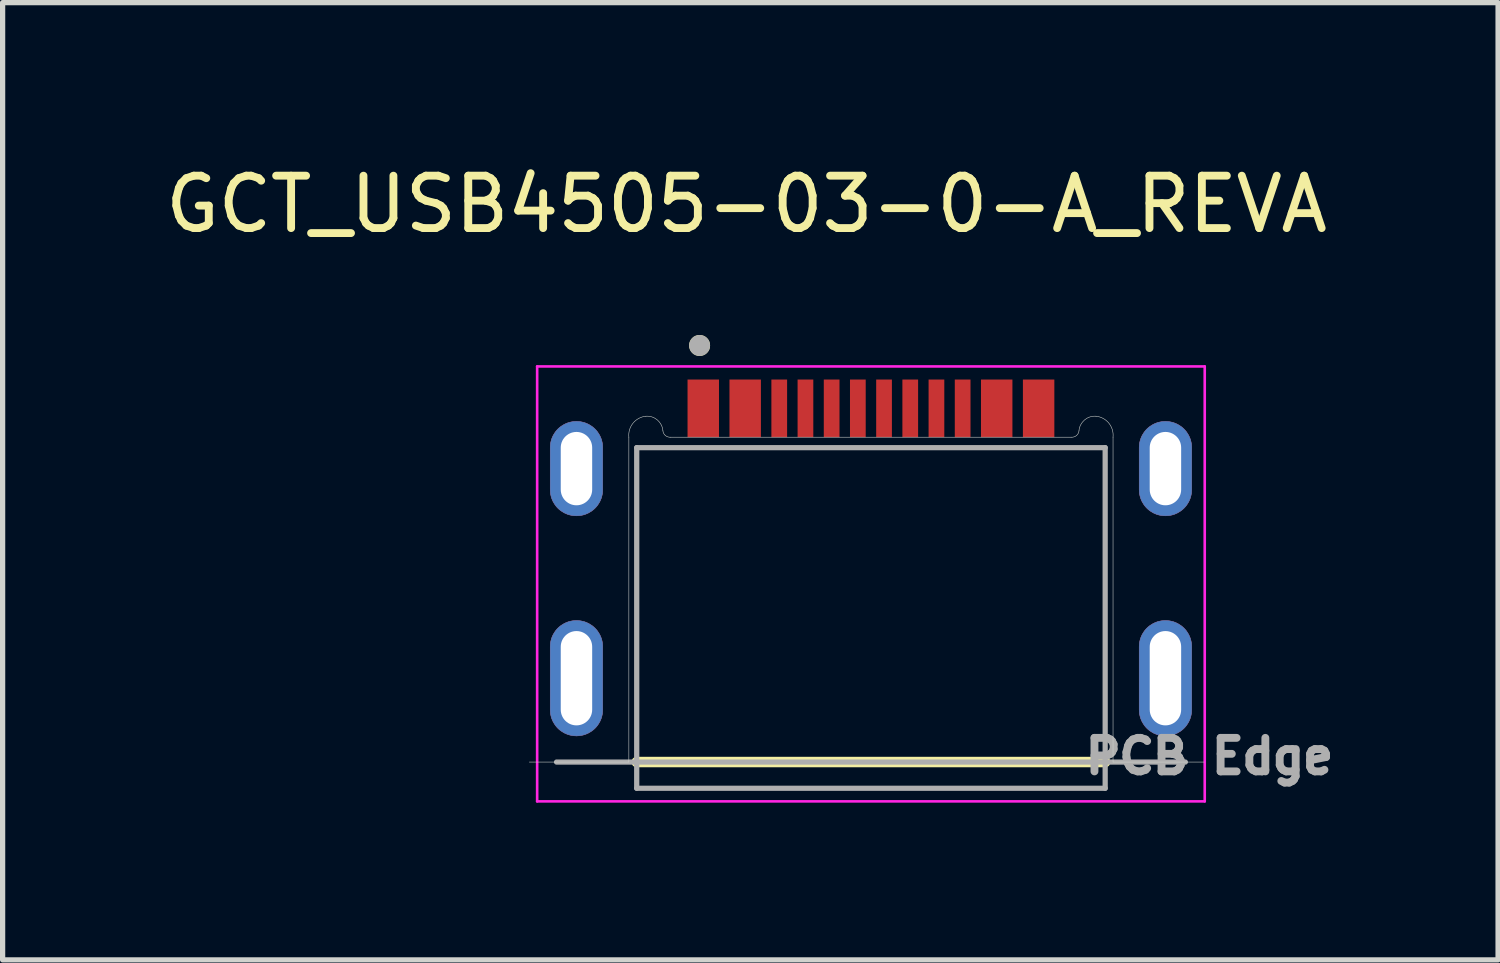
<source format=kicad_pcb>
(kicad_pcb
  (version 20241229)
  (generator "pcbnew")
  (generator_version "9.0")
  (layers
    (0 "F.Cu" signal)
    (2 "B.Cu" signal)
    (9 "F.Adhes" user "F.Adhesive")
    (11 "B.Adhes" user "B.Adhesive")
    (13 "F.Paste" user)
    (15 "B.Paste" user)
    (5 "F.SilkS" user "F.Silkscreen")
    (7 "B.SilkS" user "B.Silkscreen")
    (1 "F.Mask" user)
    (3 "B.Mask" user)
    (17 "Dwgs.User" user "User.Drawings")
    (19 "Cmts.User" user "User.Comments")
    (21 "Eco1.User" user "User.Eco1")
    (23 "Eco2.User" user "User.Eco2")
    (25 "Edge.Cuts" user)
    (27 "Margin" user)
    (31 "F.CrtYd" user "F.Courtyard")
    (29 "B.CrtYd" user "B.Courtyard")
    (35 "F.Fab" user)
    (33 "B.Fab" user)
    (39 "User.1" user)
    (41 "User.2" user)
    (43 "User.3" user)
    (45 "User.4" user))
  (footprint "GCT_USB4505-03-0-A_REVA"
    (layer "F.Cu")
    (at 13.571 9.893)
    (property "Reference" "GCT_USB4505-03-0-A_REVA" (at -2.375 -9.045 0) (layer "F.SilkS") (effects (font (size 1 1) (thickness 0.15))))
    (attr smd)
    (fp_poly (pts (xy -5.62 -3.1) (xy -5.646 -3.101) (xy -5.672 -3.103) (xy -5.698 -3.106) (xy -5.724 -3.111) (xy -5.749 -3.117) (xy -5.775 -3.124) (xy -5.799 -3.133) (xy -5.823 -3.143) (xy -5.847 -3.154) (xy -5.87 -3.167) (xy -5.892 -3.181) (xy -5.914 -3.195) (xy -5.935 -3.211) (xy -5.955 -3.228) (xy -5.974 -3.246) (xy -5.992 -3.265) (xy -6.009 -3.285) (xy -6.025 -3.306) (xy -6.039 -3.328) (xy -6.053 -3.35) (xy -6.066 -3.373) (xy -6.077 -3.397) (xy -6.087 -3.421) (xy -6.096 -3.445) (xy -6.103 -3.471) (xy -6.109 -3.496) (xy -6.114 -3.522) (xy -6.117 -3.548) (xy -6.119 -3.574) (xy -6.12 -3.6) (xy -6.12 -4.4) (xy -6.119 -4.426) (xy -6.117 -4.452) (xy -6.114 -4.478) (xy -6.109 -4.504) (xy -6.103 -4.529) (xy -6.096 -4.555) (xy -6.087 -4.579) (xy -6.077 -4.603) (xy -6.066 -4.627) (xy -6.053 -4.65) (xy -6.039 -4.672) (xy -6.025 -4.694) (xy -6.009 -4.715) (xy -5.992 -4.735) (xy -5.974 -4.754) (xy -5.955 -4.772) (xy -5.935 -4.789) (xy -5.914 -4.805) (xy -5.892 -4.819) (xy -5.87 -4.833) (xy -5.847 -4.846) (xy -5.823 -4.857) (xy -5.799 -4.867) (xy -5.775 -4.876) (xy -5.749 -4.883) (xy -5.724 -4.889) (xy -5.698 -4.894) (xy -5.672 -4.897) (xy -5.646 -4.899) (xy -5.62 -4.9) (xy -5.594 -4.899) (xy -5.568 -4.897) (xy -5.542 -4.894) (xy -5.516 -4.889) (xy -5.491 -4.883) (xy -5.465 -4.876) (xy -5.441 -4.867) (xy -5.417 -4.857) (xy -5.393 -4.846) (xy -5.37 -4.833) (xy -5.348 -4.819) (xy -5.326 -4.805) (xy -5.305 -4.789) (xy -5.285 -4.772) (xy -5.266 -4.754) (xy -5.248 -4.735) (xy -5.231 -4.715) (xy -5.215 -4.694) (xy -5.201 -4.672) (xy -5.187 -4.65) (xy -5.174 -4.627) (xy -5.163 -4.603) (xy -5.153 -4.579) (xy -5.144 -4.555) (xy -5.137 -4.529) (xy -5.131 -4.504) (xy -5.126 -4.478) (xy -5.123 -4.452) (xy -5.121 -4.426) (xy -5.12 -4.4) (xy -5.12 -3.6) (xy -5.121 -3.574) (xy -5.123 -3.548) (xy -5.126 -3.522) (xy -5.131 -3.496) (xy -5.137 -3.471) (xy -5.144 -3.445) (xy -5.153 -3.421) (xy -5.163 -3.397) (xy -5.174 -3.373) (xy -5.187 -3.35) (xy -5.201 -3.328) (xy -5.215 -3.306) (xy -5.231 -3.285) (xy -5.248 -3.265) (xy -5.266 -3.246) (xy -5.285 -3.228) (xy -5.305 -3.211) (xy -5.326 -3.195) (xy -5.348 -3.181) (xy -5.37 -3.167) (xy -5.393 -3.154) (xy -5.417 -3.143) (xy -5.441 -3.133) (xy -5.465 -3.124) (xy -5.491 -3.117) (xy -5.516 -3.111) (xy -5.542 -3.106) (xy -5.568 -3.103) (xy -5.594 -3.101) (xy -5.62 -3.1)) (stroke (width 0.01) (type solid)) (fill yes) (layer "F.Cu"))
    (fp_poly (pts (xy -5.62 1.1) (xy -5.646 1.099) (xy -5.672 1.097) (xy -5.698 1.094) (xy -5.724 1.089) (xy -5.749 1.083) (xy -5.775 1.076) (xy -5.799 1.067) (xy -5.823 1.057) (xy -5.847 1.046) (xy -5.87 1.033) (xy -5.892 1.019) (xy -5.914 1.005) (xy -5.935 0.989) (xy -5.955 0.972) (xy -5.974 0.954) (xy -5.992 0.935) (xy -6.009 0.915) (xy -6.025 0.894) (xy -6.039 0.872) (xy -6.053 0.85) (xy -6.066 0.827) (xy -6.077 0.803) (xy -6.087 0.779) (xy -6.096 0.755) (xy -6.103 0.729) (xy -6.109 0.704) (xy -6.114 0.678) (xy -6.117 0.652) (xy -6.119 0.626) (xy -6.12 0.6) (xy -6.12 -0.6) (xy -6.119 -0.626) (xy -6.117 -0.652) (xy -6.114 -0.678) (xy -6.109 -0.704) (xy -6.103 -0.729) (xy -6.096 -0.755) (xy -6.087 -0.779) (xy -6.077 -0.803) (xy -6.066 -0.827) (xy -6.053 -0.85) (xy -6.039 -0.872) (xy -6.025 -0.894) (xy -6.009 -0.915) (xy -5.992 -0.935) (xy -5.974 -0.954) (xy -5.955 -0.972) (xy -5.935 -0.989) (xy -5.914 -1.005) (xy -5.892 -1.019) (xy -5.87 -1.033) (xy -5.847 -1.046) (xy -5.823 -1.057) (xy -5.799 -1.067) (xy -5.775 -1.076) (xy -5.749 -1.083) (xy -5.724 -1.089) (xy -5.698 -1.094) (xy -5.672 -1.097) (xy -5.646 -1.099) (xy -5.62 -1.1) (xy -5.594 -1.099) (xy -5.568 -1.097) (xy -5.542 -1.094) (xy -5.516 -1.089) (xy -5.491 -1.083) (xy -5.465 -1.076) (xy -5.441 -1.067) (xy -5.417 -1.057) (xy -5.393 -1.046) (xy -5.37 -1.033) (xy -5.348 -1.019) (xy -5.326 -1.005) (xy -5.305 -0.989) (xy -5.285 -0.972) (xy -5.266 -0.954) (xy -5.248 -0.935) (xy -5.231 -0.915) (xy -5.215 -0.894) (xy -5.201 -0.872) (xy -5.187 -0.85) (xy -5.174 -0.827) (xy -5.163 -0.803) (xy -5.153 -0.779) (xy -5.144 -0.755) (xy -5.137 -0.729) (xy -5.131 -0.704) (xy -5.126 -0.678) (xy -5.123 -0.652) (xy -5.121 -0.626) (xy -5.12 -0.6) (xy -5.12 0.6) (xy -5.121 0.626) (xy -5.123 0.652) (xy -5.126 0.678) (xy -5.131 0.704) (xy -5.137 0.729) (xy -5.144 0.755) (xy -5.153 0.779) (xy -5.163 0.803) (xy -5.174 0.827) (xy -5.187 0.85) (xy -5.201 0.872) (xy -5.215 0.894) (xy -5.231 0.915) (xy -5.248 0.935) (xy -5.266 0.954) (xy -5.285 0.972) (xy -5.305 0.989) (xy -5.326 1.005) (xy -5.348 1.019) (xy -5.37 1.033) (xy -5.393 1.046) (xy -5.417 1.057) (xy -5.441 1.067) (xy -5.465 1.076) (xy -5.491 1.083) (xy -5.516 1.089) (xy -5.542 1.094) (xy -5.568 1.097) (xy -5.594 1.099) (xy -5.62 1.1)) (stroke (width 0.01) (type solid)) (fill yes) (layer "F.Cu"))
    (fp_poly (pts (xy 5.62 -3.1) (xy 5.594 -3.101) (xy 5.568 -3.103) (xy 5.542 -3.106) (xy 5.516 -3.111) (xy 5.491 -3.117) (xy 5.465 -3.124) (xy 5.441 -3.133) (xy 5.417 -3.143) (xy 5.393 -3.154) (xy 5.37 -3.167) (xy 5.348 -3.181) (xy 5.326 -3.195) (xy 5.305 -3.211) (xy 5.285 -3.228) (xy 5.266 -3.246) (xy 5.248 -3.265) (xy 5.231 -3.285) (xy 5.215 -3.306) (xy 5.201 -3.328) (xy 5.187 -3.35) (xy 5.174 -3.373) (xy 5.163 -3.397) (xy 5.153 -3.421) (xy 5.144 -3.445) (xy 5.137 -3.471) (xy 5.131 -3.496) (xy 5.126 -3.522) (xy 5.123 -3.548) (xy 5.121 -3.574) (xy 5.12 -3.6) (xy 5.12 -4.4) (xy 5.121 -4.426) (xy 5.123 -4.452) (xy 5.126 -4.478) (xy 5.131 -4.504) (xy 5.137 -4.529) (xy 5.144 -4.555) (xy 5.153 -4.579) (xy 5.163 -4.603) (xy 5.174 -4.627) (xy 5.187 -4.65) (xy 5.201 -4.672) (xy 5.215 -4.694) (xy 5.231 -4.715) (xy 5.248 -4.735) (xy 5.266 -4.754) (xy 5.285 -4.772) (xy 5.305 -4.789) (xy 5.326 -4.805) (xy 5.348 -4.819) (xy 5.37 -4.833) (xy 5.393 -4.846) (xy 5.417 -4.857) (xy 5.441 -4.867) (xy 5.465 -4.876) (xy 5.491 -4.883) (xy 5.516 -4.889) (xy 5.542 -4.894) (xy 5.568 -4.897) (xy 5.594 -4.899) (xy 5.62 -4.9) (xy 5.646 -4.899) (xy 5.672 -4.897) (xy 5.698 -4.894) (xy 5.724 -4.889) (xy 5.749 -4.883) (xy 5.775 -4.876) (xy 5.799 -4.867) (xy 5.823 -4.857) (xy 5.847 -4.846) (xy 5.87 -4.833) (xy 5.892 -4.819) (xy 5.914 -4.805) (xy 5.935 -4.789) (xy 5.955 -4.772) (xy 5.974 -4.754) (xy 5.992 -4.735) (xy 6.009 -4.715) (xy 6.025 -4.694) (xy 6.039 -4.672) (xy 6.053 -4.65) (xy 6.066 -4.627) (xy 6.077 -4.603) (xy 6.087 -4.579) (xy 6.096 -4.555) (xy 6.103 -4.529) (xy 6.109 -4.504) (xy 6.114 -4.478) (xy 6.117 -4.452) (xy 6.119 -4.426) (xy 6.12 -4.4) (xy 6.12 -3.6) (xy 6.119 -3.574) (xy 6.117 -3.548) (xy 6.114 -3.522) (xy 6.109 -3.496) (xy 6.103 -3.471) (xy 6.096 -3.445) (xy 6.087 -3.421) (xy 6.077 -3.397) (xy 6.066 -3.373) (xy 6.053 -3.35) (xy 6.039 -3.328) (xy 6.025 -3.306) (xy 6.009 -3.285) (xy 5.992 -3.265) (xy 5.974 -3.246) (xy 5.955 -3.228) (xy 5.935 -3.211) (xy 5.914 -3.195) (xy 5.892 -3.181) (xy 5.87 -3.167) (xy 5.847 -3.154) (xy 5.823 -3.143) (xy 5.799 -3.133) (xy 5.775 -3.124) (xy 5.749 -3.117) (xy 5.724 -3.111) (xy 5.698 -3.106) (xy 5.672 -3.103) (xy 5.646 -3.101) (xy 5.62 -3.1)) (stroke (width 0.01) (type solid)) (fill yes) (layer "F.Cu"))
    (fp_poly (pts (xy 5.62 1.1) (xy 5.594 1.099) (xy 5.568 1.097) (xy 5.542 1.094) (xy 5.516 1.089) (xy 5.491 1.083) (xy 5.465 1.076) (xy 5.441 1.067) (xy 5.417 1.057) (xy 5.393 1.046) (xy 5.37 1.033) (xy 5.348 1.019) (xy 5.326 1.005) (xy 5.305 0.989) (xy 5.285 0.972) (xy 5.266 0.954) (xy 5.248 0.935) (xy 5.231 0.915) (xy 5.215 0.894) (xy 5.201 0.872) (xy 5.187 0.85) (xy 5.174 0.827) (xy 5.163 0.803) (xy 5.153 0.779) (xy 5.144 0.755) (xy 5.137 0.729) (xy 5.131 0.704) (xy 5.126 0.678) (xy 5.123 0.652) (xy 5.121 0.626) (xy 5.12 0.6) (xy 5.12 -0.6) (xy 5.121 -0.626) (xy 5.123 -0.652) (xy 5.126 -0.678) (xy 5.131 -0.704) (xy 5.137 -0.729) (xy 5.144 -0.755) (xy 5.153 -0.779) (xy 5.163 -0.803) (xy 5.174 -0.827) (xy 5.187 -0.85) (xy 5.201 -0.872) (xy 5.215 -0.894) (xy 5.231 -0.915) (xy 5.248 -0.935) (xy 5.266 -0.954) (xy 5.285 -0.972) (xy 5.305 -0.989) (xy 5.326 -1.005) (xy 5.348 -1.019) (xy 5.37 -1.033) (xy 5.393 -1.046) (xy 5.417 -1.057) (xy 5.441 -1.067) (xy 5.465 -1.076) (xy 5.491 -1.083) (xy 5.516 -1.089) (xy 5.542 -1.094) (xy 5.568 -1.097) (xy 5.594 -1.099) (xy 5.62 -1.1) (xy 5.646 -1.099) (xy 5.672 -1.097) (xy 5.698 -1.094) (xy 5.724 -1.089) (xy 5.749 -1.083) (xy 5.775 -1.076) (xy 5.799 -1.067) (xy 5.823 -1.057) (xy 5.847 -1.046) (xy 5.87 -1.033) (xy 5.892 -1.019) (xy 5.914 -1.005) (xy 5.935 -0.989) (xy 5.955 -0.972) (xy 5.974 -0.954) (xy 5.992 -0.935) (xy 6.009 -0.915) (xy 6.025 -0.894) (xy 6.039 -0.872) (xy 6.053 -0.85) (xy 6.066 -0.827) (xy 6.077 -0.803) (xy 6.087 -0.779) (xy 6.096 -0.755) (xy 6.103 -0.729) (xy 6.109 -0.704) (xy 6.114 -0.678) (xy 6.117 -0.652) (xy 6.119 -0.626) (xy 6.12 -0.6) (xy 6.12 0.6) (xy 6.119 0.626) (xy 6.117 0.652) (xy 6.114 0.678) (xy 6.109 0.704) (xy 6.103 0.729) (xy 6.096 0.755) (xy 6.087 0.779) (xy 6.077 0.803) (xy 6.066 0.827) (xy 6.053 0.85) (xy 6.039 0.872) (xy 6.025 0.894) (xy 6.009 0.915) (xy 5.992 0.935) (xy 5.974 0.954) (xy 5.955 0.972) (xy 5.935 0.989) (xy 5.914 1.005) (xy 5.892 1.019) (xy 5.87 1.033) (xy 5.847 1.046) (xy 5.823 1.057) (xy 5.799 1.067) (xy 5.775 1.076) (xy 5.749 1.083) (xy 5.724 1.089) (xy 5.698 1.094) (xy 5.672 1.097) (xy 5.646 1.099) (xy 5.62 1.1)) (stroke (width 0.01) (type solid)) (fill yes) (layer "F.Cu"))
    (fp_poly (pts (xy -6.22 -3.6) (xy -6.22 -4.4) (xy -6.219 -4.431) (xy -6.217 -4.463) (xy -6.213 -4.494) (xy -6.207 -4.525) (xy -6.2 -4.555) (xy -6.191 -4.585) (xy -6.18 -4.615) (xy -6.168 -4.644) (xy -6.155 -4.672) (xy -6.14 -4.7) (xy -6.123 -4.727) (xy -6.105 -4.753) (xy -6.086 -4.778) (xy -6.066 -4.801) (xy -6.044 -4.824) (xy -6.021 -4.846) (xy -5.998 -4.866) (xy -5.973 -4.885) (xy -5.947 -4.903) (xy -5.92 -4.92) (xy -5.892 -4.935) (xy -5.864 -4.948) (xy -5.835 -4.96) (xy -5.805 -4.971) (xy -5.775 -4.98) (xy -5.745 -4.987) (xy -5.714 -4.993) (xy -5.683 -4.997) (xy -5.651 -4.999) (xy -5.62 -5) (xy -5.589 -4.999) (xy -5.557 -4.997) (xy -5.526 -4.993) (xy -5.495 -4.987) (xy -5.465 -4.98) (xy -5.435 -4.971) (xy -5.405 -4.96) (xy -5.376 -4.948) (xy -5.348 -4.935) (xy -5.32 -4.92) (xy -5.293 -4.903) (xy -5.267 -4.885) (xy -5.242 -4.866) (xy -5.219 -4.846) (xy -5.196 -4.824) (xy -5.174 -4.801) (xy -5.154 -4.778) (xy -5.135 -4.753) (xy -5.117 -4.727) (xy -5.1 -4.7) (xy -5.085 -4.672) (xy -5.072 -4.644) (xy -5.06 -4.615) (xy -5.049 -4.585) (xy -5.04 -4.555) (xy -5.033 -4.525) (xy -5.027 -4.494) (xy -5.023 -4.463) (xy -5.021 -4.431) (xy -5.02 -4.4) (xy -5.02 -3.6) (xy -5.021 -3.569) (xy -5.023 -3.537) (xy -5.027 -3.506) (xy -5.033 -3.475) (xy -5.04 -3.445) (xy -5.049 -3.415) (xy -5.06 -3.385) (xy -5.072 -3.356) (xy -5.085 -3.328) (xy -5.1 -3.3) (xy -5.117 -3.273) (xy -5.135 -3.247) (xy -5.154 -3.222) (xy -5.174 -3.199) (xy -5.196 -3.176) (xy -5.219 -3.154) (xy -5.242 -3.134) (xy -5.267 -3.115) (xy -5.293 -3.097) (xy -5.32 -3.08) (xy -5.348 -3.065) (xy -5.376 -3.052) (xy -5.405 -3.04) (xy -5.435 -3.029) (xy -5.465 -3.02) (xy -5.495 -3.013) (xy -5.526 -3.007) (xy -5.557 -3.003) (xy -5.589 -3.001) (xy -5.62 -3) (xy -5.651 -3.001) (xy -5.683 -3.003) (xy -5.714 -3.007) (xy -5.745 -3.013) (xy -5.775 -3.02) (xy -5.805 -3.029) (xy -5.835 -3.04) (xy -5.864 -3.052) (xy -5.892 -3.065) (xy -5.92 -3.08) (xy -5.947 -3.097) (xy -5.973 -3.115) (xy -5.998 -3.134) (xy -6.021 -3.154) (xy -6.044 -3.176) (xy -6.066 -3.199) (xy -6.086 -3.222) (xy -6.105 -3.247) (xy -6.123 -3.273) (xy -6.14 -3.3) (xy -6.155 -3.328) (xy -6.168 -3.356) (xy -6.18 -3.385) (xy -6.191 -3.415) (xy -6.2 -3.445) (xy -6.207 -3.475) (xy -6.213 -3.506) (xy -6.217 -3.537) (xy -6.219 -3.569) (xy -6.22 -3.6)) (stroke (width 0.01) (type solid)) (fill yes) (layer "F.Mask"))
    (fp_poly (pts (xy -6.22 0.6) (xy -6.22 -0.6) (xy -6.219 -0.631) (xy -6.217 -0.663) (xy -6.213 -0.694) (xy -6.207 -0.725) (xy -6.2 -0.755) (xy -6.191 -0.785) (xy -6.18 -0.815) (xy -6.168 -0.844) (xy -6.155 -0.872) (xy -6.14 -0.9) (xy -6.123 -0.927) (xy -6.105 -0.953) (xy -6.086 -0.978) (xy -6.066 -1.001) (xy -6.044 -1.024) (xy -6.021 -1.046) (xy -5.998 -1.066) (xy -5.973 -1.085) (xy -5.947 -1.103) (xy -5.92 -1.12) (xy -5.892 -1.135) (xy -5.864 -1.148) (xy -5.835 -1.16) (xy -5.805 -1.171) (xy -5.775 -1.18) (xy -5.745 -1.187) (xy -5.714 -1.193) (xy -5.683 -1.197) (xy -5.651 -1.199) (xy -5.62 -1.2) (xy -5.589 -1.199) (xy -5.557 -1.197) (xy -5.526 -1.193) (xy -5.495 -1.187) (xy -5.465 -1.18) (xy -5.435 -1.171) (xy -5.405 -1.16) (xy -5.376 -1.148) (xy -5.348 -1.135) (xy -5.32 -1.12) (xy -5.293 -1.103) (xy -5.267 -1.085) (xy -5.242 -1.066) (xy -5.219 -1.046) (xy -5.196 -1.024) (xy -5.174 -1.001) (xy -5.154 -0.978) (xy -5.135 -0.953) (xy -5.117 -0.927) (xy -5.1 -0.9) (xy -5.085 -0.872) (xy -5.072 -0.844) (xy -5.06 -0.815) (xy -5.049 -0.785) (xy -5.04 -0.755) (xy -5.033 -0.725) (xy -5.027 -0.694) (xy -5.023 -0.663) (xy -5.021 -0.631) (xy -5.02 -0.6) (xy -5.02 0.6) (xy -5.021 0.631) (xy -5.023 0.663) (xy -5.027 0.694) (xy -5.033 0.725) (xy -5.04 0.755) (xy -5.049 0.785) (xy -5.06 0.815) (xy -5.072 0.844) (xy -5.085 0.872) (xy -5.1 0.9) (xy -5.117 0.927) (xy -5.135 0.953) (xy -5.154 0.978) (xy -5.174 1.001) (xy -5.196 1.024) (xy -5.219 1.046) (xy -5.242 1.066) (xy -5.267 1.085) (xy -5.293 1.103) (xy -5.32 1.12) (xy -5.348 1.135) (xy -5.376 1.148) (xy -5.405 1.16) (xy -5.435 1.171) (xy -5.465 1.18) (xy -5.495 1.187) (xy -5.526 1.193) (xy -5.557 1.197) (xy -5.589 1.199) (xy -5.62 1.2) (xy -5.651 1.199) (xy -5.683 1.197) (xy -5.714 1.193) (xy -5.745 1.187) (xy -5.775 1.18) (xy -5.805 1.171) (xy -5.835 1.16) (xy -5.864 1.148) (xy -5.892 1.135) (xy -5.92 1.12) (xy -5.947 1.103) (xy -5.973 1.085) (xy -5.998 1.066) (xy -6.021 1.046) (xy -6.044 1.024) (xy -6.066 1.001) (xy -6.086 0.978) (xy -6.105 0.953) (xy -6.123 0.927) (xy -6.14 0.9) (xy -6.155 0.872) (xy -6.168 0.844) (xy -6.18 0.815) (xy -6.191 0.785) (xy -6.2 0.755) (xy -6.207 0.725) (xy -6.213 0.694) (xy -6.217 0.663) (xy -6.219 0.631) (xy -6.22 0.6)) (stroke (width 0.01) (type solid)) (fill yes) (layer "F.Mask"))
    (fp_poly (pts (xy 5.02 -3.6) (xy 5.02 -4.4) (xy 5.021 -4.431) (xy 5.023 -4.463) (xy 5.027 -4.494) (xy 5.033 -4.525) (xy 5.04 -4.555) (xy 5.049 -4.585) (xy 5.06 -4.615) (xy 5.072 -4.644) (xy 5.085 -4.672) (xy 5.1 -4.7) (xy 5.117 -4.727) (xy 5.135 -4.753) (xy 5.154 -4.778) (xy 5.174 -4.801) (xy 5.196 -4.824) (xy 5.219 -4.846) (xy 5.242 -4.866) (xy 5.267 -4.885) (xy 5.293 -4.903) (xy 5.32 -4.92) (xy 5.348 -4.935) (xy 5.376 -4.948) (xy 5.405 -4.96) (xy 5.435 -4.971) (xy 5.465 -4.98) (xy 5.495 -4.987) (xy 5.526 -4.993) (xy 5.557 -4.997) (xy 5.589 -4.999) (xy 5.62 -5) (xy 5.651 -4.999) (xy 5.683 -4.997) (xy 5.714 -4.993) (xy 5.745 -4.987) (xy 5.775 -4.98) (xy 5.805 -4.971) (xy 5.835 -4.96) (xy 5.864 -4.948) (xy 5.892 -4.935) (xy 5.92 -4.92) (xy 5.947 -4.903) (xy 5.973 -4.885) (xy 5.998 -4.866) (xy 6.021 -4.846) (xy 6.044 -4.824) (xy 6.066 -4.801) (xy 6.086 -4.778) (xy 6.105 -4.753) (xy 6.123 -4.727) (xy 6.14 -4.7) (xy 6.155 -4.672) (xy 6.168 -4.644) (xy 6.18 -4.615) (xy 6.191 -4.585) (xy 6.2 -4.555) (xy 6.207 -4.525) (xy 6.213 -4.494) (xy 6.217 -4.463) (xy 6.219 -4.431) (xy 6.22 -4.4) (xy 6.22 -3.6) (xy 6.219 -3.569) (xy 6.217 -3.537) (xy 6.213 -3.506) (xy 6.207 -3.475) (xy 6.2 -3.445) (xy 6.191 -3.415) (xy 6.18 -3.385) (xy 6.168 -3.356) (xy 6.155 -3.328) (xy 6.14 -3.3) (xy 6.123 -3.273) (xy 6.105 -3.247) (xy 6.086 -3.222) (xy 6.066 -3.199) (xy 6.044 -3.176) (xy 6.021 -3.154) (xy 5.998 -3.134) (xy 5.973 -3.115) (xy 5.947 -3.097) (xy 5.92 -3.08) (xy 5.892 -3.065) (xy 5.864 -3.052) (xy 5.835 -3.04) (xy 5.805 -3.029) (xy 5.775 -3.02) (xy 5.745 -3.013) (xy 5.714 -3.007) (xy 5.683 -3.003) (xy 5.651 -3.001) (xy 5.62 -3) (xy 5.589 -3.001) (xy 5.557 -3.003) (xy 5.526 -3.007) (xy 5.495 -3.013) (xy 5.465 -3.02) (xy 5.435 -3.029) (xy 5.405 -3.04) (xy 5.376 -3.052) (xy 5.348 -3.065) (xy 5.32 -3.08) (xy 5.293 -3.097) (xy 5.267 -3.115) (xy 5.242 -3.134) (xy 5.219 -3.154) (xy 5.196 -3.176) (xy 5.174 -3.199) (xy 5.154 -3.222) (xy 5.135 -3.247) (xy 5.117 -3.273) (xy 5.1 -3.3) (xy 5.085 -3.328) (xy 5.072 -3.356) (xy 5.06 -3.385) (xy 5.049 -3.415) (xy 5.04 -3.445) (xy 5.033 -3.475) (xy 5.027 -3.506) (xy 5.023 -3.537) (xy 5.021 -3.569) (xy 5.02 -3.6)) (stroke (width 0.01) (type solid)) (fill yes) (layer "F.Mask"))
    (fp_poly (pts (xy 5.02 0) (xy 5.02 -0.6) (xy 5.021 -0.631) (xy 5.023 -0.663) (xy 5.027 -0.694) (xy 5.033 -0.725) (xy 5.04 -0.755) (xy 5.049 -0.785) (xy 5.06 -0.815) (xy 5.072 -0.844) (xy 5.085 -0.872) (xy 5.1 -0.9) (xy 5.117 -0.927) (xy 5.135 -0.953) (xy 5.154 -0.978) (xy 5.174 -1.001) (xy 5.196 -1.024) (xy 5.219 -1.046) (xy 5.242 -1.066) (xy 5.267 -1.085) (xy 5.293 -1.103) (xy 5.32 -1.12) (xy 5.348 -1.135) (xy 5.376 -1.148) (xy 5.405 -1.16) (xy 5.435 -1.171) (xy 5.465 -1.18) (xy 5.495 -1.187) (xy 5.526 -1.193) (xy 5.557 -1.197) (xy 5.589 -1.199) (xy 5.62 -1.2) (xy 5.651 -1.199) (xy 5.683 -1.197) (xy 5.714 -1.193) (xy 5.745 -1.187) (xy 5.775 -1.18) (xy 5.805 -1.171) (xy 5.835 -1.16) (xy 5.864 -1.148) (xy 5.892 -1.135) (xy 5.92 -1.12) (xy 5.947 -1.103) (xy 5.973 -1.085) (xy 5.998 -1.066) (xy 6.021 -1.046) (xy 6.044 -1.024) (xy 6.066 -1.001) (xy 6.086 -0.978) (xy 6.105 -0.953) (xy 6.123 -0.927) (xy 6.14 -0.9) (xy 6.155 -0.872) (xy 6.168 -0.844) (xy 6.18 -0.815) (xy 6.191 -0.785) (xy 6.2 -0.755) (xy 6.207 -0.725) (xy 6.213 -0.694) (xy 6.217 -0.663) (xy 6.219 -0.631) (xy 6.22 -0.6) (xy 6.22 0) (xy 6.22 0.6) (xy 6.219 0.631) (xy 6.217 0.663) (xy 6.213 0.694) (xy 6.207 0.725) (xy 6.2 0.755) (xy 6.191 0.785) (xy 6.18 0.815) (xy 6.168 0.844) (xy 6.155 0.872) (xy 6.14 0.9) (xy 6.123 0.927) (xy 6.105 0.953) (xy 6.086 0.978) (xy 6.066 1.001) (xy 6.044 1.024) (xy 6.021 1.046) (xy 5.998 1.066) (xy 5.973 1.085) (xy 5.947 1.103) (xy 5.92 1.12) (xy 5.892 1.135) (xy 5.864 1.148) (xy 5.835 1.16) (xy 5.805 1.171) (xy 5.775 1.18) (xy 5.745 1.187) (xy 5.714 1.193) (xy 5.683 1.197) (xy 5.651 1.199) (xy 5.62 1.2) (xy 5.589 1.199) (xy 5.557 1.197) (xy 5.526 1.193) (xy 5.495 1.187) (xy 5.465 1.18) (xy 5.435 1.171) (xy 5.405 1.16) (xy 5.376 1.148) (xy 5.348 1.135) (xy 5.32 1.12) (xy 5.293 1.103) (xy 5.267 1.085) (xy 5.242 1.066) (xy 5.219 1.046) (xy 5.196 1.024) (xy 5.174 1.001) (xy 5.154 0.978) (xy 5.135 0.953) (xy 5.117 0.927) (xy 5.1 0.9) (xy 5.085 0.872) (xy 5.072 0.844) (xy 5.06 0.815) (xy 5.049 0.785) (xy 5.04 0.755) (xy 5.033 0.725) (xy 5.027 0.694) (xy 5.023 0.663) (xy 5.021 0.631) (xy 5.02 0.6) (xy 5.02 0)) (stroke (width 0.01) (type solid)) (fill yes) (layer "F.Mask"))
    (fp_poly (pts (xy -5.62 -3.1) (xy -5.646 -3.101) (xy -5.672 -3.103) (xy -5.698 -3.106) (xy -5.724 -3.111) (xy -5.749 -3.117) (xy -5.775 -3.124) (xy -5.799 -3.133) (xy -5.823 -3.143) (xy -5.847 -3.154) (xy -5.87 -3.167) (xy -5.892 -3.181) (xy -5.914 -3.195) (xy -5.935 -3.211) (xy -5.955 -3.228) (xy -5.974 -3.246) (xy -5.992 -3.265) (xy -6.009 -3.285) (xy -6.025 -3.306) (xy -6.039 -3.328) (xy -6.053 -3.35) (xy -6.066 -3.373) (xy -6.077 -3.397) (xy -6.087 -3.421) (xy -6.096 -3.445) (xy -6.103 -3.471) (xy -6.109 -3.496) (xy -6.114 -3.522) (xy -6.117 -3.548) (xy -6.119 -3.574) (xy -6.12 -3.6) (xy -6.12 -4.4) (xy -6.119 -4.426) (xy -6.117 -4.452) (xy -6.114 -4.478) (xy -6.109 -4.504) (xy -6.103 -4.529) (xy -6.096 -4.555) (xy -6.087 -4.579) (xy -6.077 -4.603) (xy -6.066 -4.627) (xy -6.053 -4.65) (xy -6.039 -4.672) (xy -6.025 -4.694) (xy -6.009 -4.715) (xy -5.992 -4.735) (xy -5.974 -4.754) (xy -5.955 -4.772) (xy -5.935 -4.789) (xy -5.914 -4.805) (xy -5.892 -4.819) (xy -5.87 -4.833) (xy -5.847 -4.846) (xy -5.823 -4.857) (xy -5.799 -4.867) (xy -5.775 -4.876) (xy -5.749 -4.883) (xy -5.724 -4.889) (xy -5.698 -4.894) (xy -5.672 -4.897) (xy -5.646 -4.899) (xy -5.62 -4.9) (xy -5.594 -4.899) (xy -5.568 -4.897) (xy -5.542 -4.894) (xy -5.516 -4.889) (xy -5.491 -4.883) (xy -5.465 -4.876) (xy -5.441 -4.867) (xy -5.417 -4.857) (xy -5.393 -4.846) (xy -5.37 -4.833) (xy -5.348 -4.819) (xy -5.326 -4.805) (xy -5.305 -4.789) (xy -5.285 -4.772) (xy -5.266 -4.754) (xy -5.248 -4.735) (xy -5.231 -4.715) (xy -5.215 -4.694) (xy -5.201 -4.672) (xy -5.187 -4.65) (xy -5.174 -4.627) (xy -5.163 -4.603) (xy -5.153 -4.579) (xy -5.144 -4.555) (xy -5.137 -4.529) (xy -5.131 -4.504) (xy -5.126 -4.478) (xy -5.123 -4.452) (xy -5.121 -4.426) (xy -5.12 -4.4) (xy -5.12 -3.6) (xy -5.121 -3.574) (xy -5.123 -3.548) (xy -5.126 -3.522) (xy -5.131 -3.496) (xy -5.137 -3.471) (xy -5.144 -3.445) (xy -5.153 -3.421) (xy -5.163 -3.397) (xy -5.174 -3.373) (xy -5.187 -3.35) (xy -5.201 -3.328) (xy -5.215 -3.306) (xy -5.231 -3.285) (xy -5.248 -3.265) (xy -5.266 -3.246) (xy -5.285 -3.228) (xy -5.305 -3.211) (xy -5.326 -3.195) (xy -5.348 -3.181) (xy -5.37 -3.167) (xy -5.393 -3.154) (xy -5.417 -3.143) (xy -5.441 -3.133) (xy -5.465 -3.124) (xy -5.491 -3.117) (xy -5.516 -3.111) (xy -5.542 -3.106) (xy -5.568 -3.103) (xy -5.594 -3.101) (xy -5.62 -3.1)) (stroke (width 0.01) (type solid)) (fill yes) (layer "B.Cu"))
    (fp_poly (pts (xy -5.62 1.1) (xy -5.646 1.099) (xy -5.672 1.097) (xy -5.698 1.094) (xy -5.724 1.089) (xy -5.749 1.083) (xy -5.775 1.076) (xy -5.799 1.067) (xy -5.823 1.057) (xy -5.847 1.046) (xy -5.87 1.033) (xy -5.892 1.019) (xy -5.914 1.005) (xy -5.935 0.989) (xy -5.955 0.972) (xy -5.974 0.954) (xy -5.992 0.935) (xy -6.009 0.915) (xy -6.025 0.894) (xy -6.039 0.872) (xy -6.053 0.85) (xy -6.066 0.827) (xy -6.077 0.803) (xy -6.087 0.779) (xy -6.096 0.755) (xy -6.103 0.729) (xy -6.109 0.704) (xy -6.114 0.678) (xy -6.117 0.652) (xy -6.119 0.626) (xy -6.12 0.6) (xy -6.12 -0.6) (xy -6.119 -0.626) (xy -6.117 -0.652) (xy -6.114 -0.678) (xy -6.109 -0.704) (xy -6.103 -0.729) (xy -6.096 -0.755) (xy -6.087 -0.779) (xy -6.077 -0.803) (xy -6.066 -0.827) (xy -6.053 -0.85) (xy -6.039 -0.872) (xy -6.025 -0.894) (xy -6.009 -0.915) (xy -5.992 -0.935) (xy -5.974 -0.954) (xy -5.955 -0.972) (xy -5.935 -0.989) (xy -5.914 -1.005) (xy -5.892 -1.019) (xy -5.87 -1.033) (xy -5.847 -1.046) (xy -5.823 -1.057) (xy -5.799 -1.067) (xy -5.775 -1.076) (xy -5.749 -1.083) (xy -5.724 -1.089) (xy -5.698 -1.094) (xy -5.672 -1.097) (xy -5.646 -1.099) (xy -5.62 -1.1) (xy -5.594 -1.099) (xy -5.568 -1.097) (xy -5.542 -1.094) (xy -5.516 -1.089) (xy -5.491 -1.083) (xy -5.465 -1.076) (xy -5.441 -1.067) (xy -5.417 -1.057) (xy -5.393 -1.046) (xy -5.37 -1.033) (xy -5.348 -1.019) (xy -5.326 -1.005) (xy -5.305 -0.989) (xy -5.285 -0.972) (xy -5.266 -0.954) (xy -5.248 -0.935) (xy -5.231 -0.915) (xy -5.215 -0.894) (xy -5.201 -0.872) (xy -5.187 -0.85) (xy -5.174 -0.827) (xy -5.163 -0.803) (xy -5.153 -0.779) (xy -5.144 -0.755) (xy -5.137 -0.729) (xy -5.131 -0.704) (xy -5.126 -0.678) (xy -5.123 -0.652) (xy -5.121 -0.626) (xy -5.12 -0.6) (xy -5.12 0.6) (xy -5.121 0.626) (xy -5.123 0.652) (xy -5.126 0.678) (xy -5.131 0.704) (xy -5.137 0.729) (xy -5.144 0.755) (xy -5.153 0.779) (xy -5.163 0.803) (xy -5.174 0.827) (xy -5.187 0.85) (xy -5.201 0.872) (xy -5.215 0.894) (xy -5.231 0.915) (xy -5.248 0.935) (xy -5.266 0.954) (xy -5.285 0.972) (xy -5.305 0.989) (xy -5.326 1.005) (xy -5.348 1.019) (xy -5.37 1.033) (xy -5.393 1.046) (xy -5.417 1.057) (xy -5.441 1.067) (xy -5.465 1.076) (xy -5.491 1.083) (xy -5.516 1.089) (xy -5.542 1.094) (xy -5.568 1.097) (xy -5.594 1.099) (xy -5.62 1.1)) (stroke (width 0.01) (type solid)) (fill yes) (layer "B.Cu"))
    (fp_poly (pts (xy 5.62 -3.1) (xy 5.594 -3.101) (xy 5.568 -3.103) (xy 5.542 -3.106) (xy 5.516 -3.111) (xy 5.491 -3.117) (xy 5.465 -3.124) (xy 5.441 -3.133) (xy 5.417 -3.143) (xy 5.393 -3.154) (xy 5.37 -3.167) (xy 5.348 -3.181) (xy 5.326 -3.195) (xy 5.305 -3.211) (xy 5.285 -3.228) (xy 5.266 -3.246) (xy 5.248 -3.265) (xy 5.231 -3.285) (xy 5.215 -3.306) (xy 5.201 -3.328) (xy 5.187 -3.35) (xy 5.174 -3.373) (xy 5.163 -3.397) (xy 5.153 -3.421) (xy 5.144 -3.445) (xy 5.137 -3.471) (xy 5.131 -3.496) (xy 5.126 -3.522) (xy 5.123 -3.548) (xy 5.121 -3.574) (xy 5.12 -3.6) (xy 5.12 -4.4) (xy 5.121 -4.426) (xy 5.123 -4.452) (xy 5.126 -4.478) (xy 5.131 -4.504) (xy 5.137 -4.529) (xy 5.144 -4.555) (xy 5.153 -4.579) (xy 5.163 -4.603) (xy 5.174 -4.627) (xy 5.187 -4.65) (xy 5.201 -4.672) (xy 5.215 -4.694) (xy 5.231 -4.715) (xy 5.248 -4.735) (xy 5.266 -4.754) (xy 5.285 -4.772) (xy 5.305 -4.789) (xy 5.326 -4.805) (xy 5.348 -4.819) (xy 5.37 -4.833) (xy 5.393 -4.846) (xy 5.417 -4.857) (xy 5.441 -4.867) (xy 5.465 -4.876) (xy 5.491 -4.883) (xy 5.516 -4.889) (xy 5.542 -4.894) (xy 5.568 -4.897) (xy 5.594 -4.899) (xy 5.62 -4.9) (xy 5.646 -4.899) (xy 5.672 -4.897) (xy 5.698 -4.894) (xy 5.724 -4.889) (xy 5.749 -4.883) (xy 5.775 -4.876) (xy 5.799 -4.867) (xy 5.823 -4.857) (xy 5.847 -4.846) (xy 5.87 -4.833) (xy 5.892 -4.819) (xy 5.914 -4.805) (xy 5.935 -4.789) (xy 5.955 -4.772) (xy 5.974 -4.754) (xy 5.992 -4.735) (xy 6.009 -4.715) (xy 6.025 -4.694) (xy 6.039 -4.672) (xy 6.053 -4.65) (xy 6.066 -4.627) (xy 6.077 -4.603) (xy 6.087 -4.579) (xy 6.096 -4.555) (xy 6.103 -4.529) (xy 6.109 -4.504) (xy 6.114 -4.478) (xy 6.117 -4.452) (xy 6.119 -4.426) (xy 6.12 -4.4) (xy 6.12 -3.6) (xy 6.119 -3.574) (xy 6.117 -3.548) (xy 6.114 -3.522) (xy 6.109 -3.496) (xy 6.103 -3.471) (xy 6.096 -3.445) (xy 6.087 -3.421) (xy 6.077 -3.397) (xy 6.066 -3.373) (xy 6.053 -3.35) (xy 6.039 -3.328) (xy 6.025 -3.306) (xy 6.009 -3.285) (xy 5.992 -3.265) (xy 5.974 -3.246) (xy 5.955 -3.228) (xy 5.935 -3.211) (xy 5.914 -3.195) (xy 5.892 -3.181) (xy 5.87 -3.167) (xy 5.847 -3.154) (xy 5.823 -3.143) (xy 5.799 -3.133) (xy 5.775 -3.124) (xy 5.749 -3.117) (xy 5.724 -3.111) (xy 5.698 -3.106) (xy 5.672 -3.103) (xy 5.646 -3.101) (xy 5.62 -3.1)) (stroke (width 0.01) (type solid)) (fill yes) (layer "B.Cu"))
    (fp_poly (pts (xy 5.62 1.1) (xy 5.594 1.099) (xy 5.568 1.097) (xy 5.542 1.094) (xy 5.516 1.089) (xy 5.491 1.083) (xy 5.465 1.076) (xy 5.441 1.067) (xy 5.417 1.057) (xy 5.393 1.046) (xy 5.37 1.033) (xy 5.348 1.019) (xy 5.326 1.005) (xy 5.305 0.989) (xy 5.285 0.972) (xy 5.266 0.954) (xy 5.248 0.935) (xy 5.231 0.915) (xy 5.215 0.894) (xy 5.201 0.872) (xy 5.187 0.85) (xy 5.174 0.827) (xy 5.163 0.803) (xy 5.153 0.779) (xy 5.144 0.755) (xy 5.137 0.729) (xy 5.131 0.704) (xy 5.126 0.678) (xy 5.123 0.652) (xy 5.121 0.626) (xy 5.12 0.6) (xy 5.12 -0.6) (xy 5.121 -0.626) (xy 5.123 -0.652) (xy 5.126 -0.678) (xy 5.131 -0.704) (xy 5.137 -0.729) (xy 5.144 -0.755) (xy 5.153 -0.779) (xy 5.163 -0.803) (xy 5.174 -0.827) (xy 5.187 -0.85) (xy 5.201 -0.872) (xy 5.215 -0.894) (xy 5.231 -0.915) (xy 5.248 -0.935) (xy 5.266 -0.954) (xy 5.285 -0.972) (xy 5.305 -0.989) (xy 5.326 -1.005) (xy 5.348 -1.019) (xy 5.37 -1.033) (xy 5.393 -1.046) (xy 5.417 -1.057) (xy 5.441 -1.067) (xy 5.465 -1.076) (xy 5.491 -1.083) (xy 5.516 -1.089) (xy 5.542 -1.094) (xy 5.568 -1.097) (xy 5.594 -1.099) (xy 5.62 -1.1) (xy 5.646 -1.099) (xy 5.672 -1.097) (xy 5.698 -1.094) (xy 5.724 -1.089) (xy 5.749 -1.083) (xy 5.775 -1.076) (xy 5.799 -1.067) (xy 5.823 -1.057) (xy 5.847 -1.046) (xy 5.87 -1.033) (xy 5.892 -1.019) (xy 5.914 -1.005) (xy 5.935 -0.989) (xy 5.955 -0.972) (xy 5.974 -0.954) (xy 5.992 -0.935) (xy 6.009 -0.915) (xy 6.025 -0.894) (xy 6.039 -0.872) (xy 6.053 -0.85) (xy 6.066 -0.827) (xy 6.077 -0.803) (xy 6.087 -0.779) (xy 6.096 -0.755) (xy 6.103 -0.729) (xy 6.109 -0.704) (xy 6.114 -0.678) (xy 6.117 -0.652) (xy 6.119 -0.626) (xy 6.12 -0.6) (xy 6.12 0.6) (xy 6.119 0.626) (xy 6.117 0.652) (xy 6.114 0.678) (xy 6.109 0.704) (xy 6.103 0.729) (xy 6.096 0.755) (xy 6.087 0.779) (xy 6.077 0.803) (xy 6.066 0.827) (xy 6.053 0.85) (xy 6.039 0.872) (xy 6.025 0.894) (xy 6.009 0.915) (xy 5.992 0.935) (xy 5.974 0.954) (xy 5.955 0.972) (xy 5.935 0.989) (xy 5.914 1.005) (xy 5.892 1.019) (xy 5.87 1.033) (xy 5.847 1.046) (xy 5.823 1.057) (xy 5.799 1.067) (xy 5.775 1.076) (xy 5.749 1.083) (xy 5.724 1.089) (xy 5.698 1.094) (xy 5.672 1.097) (xy 5.646 1.099) (xy 5.62 1.1)) (stroke (width 0.01) (type solid)) (fill yes) (layer "B.Cu"))
    (fp_poly (pts (xy -6.22 -3.6) (xy -6.22 -4.4) (xy -6.219 -4.431) (xy -6.217 -4.463) (xy -6.213 -4.494) (xy -6.207 -4.525) (xy -6.2 -4.555) (xy -6.191 -4.585) (xy -6.18 -4.615) (xy -6.168 -4.644) (xy -6.155 -4.672) (xy -6.14 -4.7) (xy -6.123 -4.727) (xy -6.105 -4.753) (xy -6.086 -4.778) (xy -6.066 -4.801) (xy -6.044 -4.824) (xy -6.021 -4.846) (xy -5.998 -4.866) (xy -5.973 -4.885) (xy -5.947 -4.903) (xy -5.92 -4.92) (xy -5.892 -4.935) (xy -5.864 -4.948) (xy -5.835 -4.96) (xy -5.805 -4.971) (xy -5.775 -4.98) (xy -5.745 -4.987) (xy -5.714 -4.993) (xy -5.683 -4.997) (xy -5.651 -4.999) (xy -5.62 -5) (xy -5.589 -4.999) (xy -5.557 -4.997) (xy -5.526 -4.993) (xy -5.495 -4.987) (xy -5.465 -4.98) (xy -5.435 -4.971) (xy -5.405 -4.96) (xy -5.376 -4.948) (xy -5.348 -4.935) (xy -5.32 -4.92) (xy -5.293 -4.903) (xy -5.267 -4.885) (xy -5.242 -4.866) (xy -5.219 -4.846) (xy -5.196 -4.824) (xy -5.174 -4.801) (xy -5.154 -4.778) (xy -5.135 -4.753) (xy -5.117 -4.727) (xy -5.1 -4.7) (xy -5.085 -4.672) (xy -5.072 -4.644) (xy -5.06 -4.615) (xy -5.049 -4.585) (xy -5.04 -4.555) (xy -5.033 -4.525) (xy -5.027 -4.494) (xy -5.023 -4.463) (xy -5.021 -4.431) (xy -5.02 -4.4) (xy -5.02 -3.6) (xy -5.021 -3.569) (xy -5.023 -3.537) (xy -5.027 -3.506) (xy -5.033 -3.475) (xy -5.04 -3.445) (xy -5.049 -3.415) (xy -5.06 -3.385) (xy -5.072 -3.356) (xy -5.085 -3.328) (xy -5.1 -3.3) (xy -5.117 -3.273) (xy -5.135 -3.247) (xy -5.154 -3.222) (xy -5.174 -3.199) (xy -5.196 -3.176) (xy -5.219 -3.154) (xy -5.242 -3.134) (xy -5.267 -3.115) (xy -5.293 -3.097) (xy -5.32 -3.08) (xy -5.348 -3.065) (xy -5.376 -3.052) (xy -5.405 -3.04) (xy -5.435 -3.029) (xy -5.465 -3.02) (xy -5.495 -3.013) (xy -5.526 -3.007) (xy -5.557 -3.003) (xy -5.589 -3.001) (xy -5.62 -3) (xy -5.651 -3.001) (xy -5.683 -3.003) (xy -5.714 -3.007) (xy -5.745 -3.013) (xy -5.775 -3.02) (xy -5.805 -3.029) (xy -5.835 -3.04) (xy -5.864 -3.052) (xy -5.892 -3.065) (xy -5.92 -3.08) (xy -5.947 -3.097) (xy -5.973 -3.115) (xy -5.998 -3.134) (xy -6.021 -3.154) (xy -6.044 -3.176) (xy -6.066 -3.199) (xy -6.086 -3.222) (xy -6.105 -3.247) (xy -6.123 -3.273) (xy -6.14 -3.3) (xy -6.155 -3.328) (xy -6.168 -3.356) (xy -6.18 -3.385) (xy -6.191 -3.415) (xy -6.2 -3.445) (xy -6.207 -3.475) (xy -6.213 -3.506) (xy -6.217 -3.537) (xy -6.219 -3.569) (xy -6.22 -3.6)) (stroke (width 0.01) (type solid)) (fill yes) (layer "B.Mask"))
    (fp_poly (pts (xy -6.22 0.6) (xy -6.22 -0.6) (xy -6.219 -0.631) (xy -6.217 -0.663) (xy -6.213 -0.694) (xy -6.207 -0.725) (xy -6.2 -0.755) (xy -6.191 -0.785) (xy -6.18 -0.815) (xy -6.168 -0.844) (xy -6.155 -0.872) (xy -6.14 -0.9) (xy -6.123 -0.927) (xy -6.105 -0.953) (xy -6.086 -0.978) (xy -6.066 -1.001) (xy -6.044 -1.024) (xy -6.021 -1.046) (xy -5.998 -1.066) (xy -5.973 -1.085) (xy -5.947 -1.103) (xy -5.92 -1.12) (xy -5.892 -1.135) (xy -5.864 -1.148) (xy -5.835 -1.16) (xy -5.805 -1.171) (xy -5.775 -1.18) (xy -5.745 -1.187) (xy -5.714 -1.193) (xy -5.683 -1.197) (xy -5.651 -1.199) (xy -5.62 -1.2) (xy -5.589 -1.199) (xy -5.557 -1.197) (xy -5.526 -1.193) (xy -5.495 -1.187) (xy -5.465 -1.18) (xy -5.435 -1.171) (xy -5.405 -1.16) (xy -5.376 -1.148) (xy -5.348 -1.135) (xy -5.32 -1.12) (xy -5.293 -1.103) (xy -5.267 -1.085) (xy -5.242 -1.066) (xy -5.219 -1.046) (xy -5.196 -1.024) (xy -5.174 -1.001) (xy -5.154 -0.978) (xy -5.135 -0.953) (xy -5.117 -0.927) (xy -5.1 -0.9) (xy -5.085 -0.872) (xy -5.072 -0.844) (xy -5.06 -0.815) (xy -5.049 -0.785) (xy -5.04 -0.755) (xy -5.033 -0.725) (xy -5.027 -0.694) (xy -5.023 -0.663) (xy -5.021 -0.631) (xy -5.02 -0.6) (xy -5.02 0.6) (xy -5.021 0.631) (xy -5.023 0.663) (xy -5.027 0.694) (xy -5.033 0.725) (xy -5.04 0.755) (xy -5.049 0.785) (xy -5.06 0.815) (xy -5.072 0.844) (xy -5.085 0.872) (xy -5.1 0.9) (xy -5.117 0.927) (xy -5.135 0.953) (xy -5.154 0.978) (xy -5.174 1.001) (xy -5.196 1.024) (xy -5.219 1.046) (xy -5.242 1.066) (xy -5.267 1.085) (xy -5.293 1.103) (xy -5.32 1.12) (xy -5.348 1.135) (xy -5.376 1.148) (xy -5.405 1.16) (xy -5.435 1.171) (xy -5.465 1.18) (xy -5.495 1.187) (xy -5.526 1.193) (xy -5.557 1.197) (xy -5.589 1.199) (xy -5.62 1.2) (xy -5.651 1.199) (xy -5.683 1.197) (xy -5.714 1.193) (xy -5.745 1.187) (xy -5.775 1.18) (xy -5.805 1.171) (xy -5.835 1.16) (xy -5.864 1.148) (xy -5.892 1.135) (xy -5.92 1.12) (xy -5.947 1.103) (xy -5.973 1.085) (xy -5.998 1.066) (xy -6.021 1.046) (xy -6.044 1.024) (xy -6.066 1.001) (xy -6.086 0.978) (xy -6.105 0.953) (xy -6.123 0.927) (xy -6.14 0.9) (xy -6.155 0.872) (xy -6.168 0.844) (xy -6.18 0.815) (xy -6.191 0.785) (xy -6.2 0.755) (xy -6.207 0.725) (xy -6.213 0.694) (xy -6.217 0.663) (xy -6.219 0.631) (xy -6.22 0.6)) (stroke (width 0.01) (type solid)) (fill yes) (layer "B.Mask"))
    (fp_poly (pts (xy 5.02 -3.6) (xy 5.02 -4.4) (xy 5.021 -4.431) (xy 5.023 -4.463) (xy 5.027 -4.494) (xy 5.033 -4.525) (xy 5.04 -4.555) (xy 5.049 -4.585) (xy 5.06 -4.615) (xy 5.072 -4.644) (xy 5.085 -4.672) (xy 5.1 -4.7) (xy 5.117 -4.727) (xy 5.135 -4.753) (xy 5.154 -4.778) (xy 5.174 -4.801) (xy 5.196 -4.824) (xy 5.219 -4.846) (xy 5.242 -4.866) (xy 5.267 -4.885) (xy 5.293 -4.903) (xy 5.32 -4.92) (xy 5.348 -4.935) (xy 5.376 -4.948) (xy 5.405 -4.96) (xy 5.435 -4.971) (xy 5.465 -4.98) (xy 5.495 -4.987) (xy 5.526 -4.993) (xy 5.557 -4.997) (xy 5.589 -4.999) (xy 5.62 -5) (xy 5.651 -4.999) (xy 5.683 -4.997) (xy 5.714 -4.993) (xy 5.745 -4.987) (xy 5.775 -4.98) (xy 5.805 -4.971) (xy 5.835 -4.96) (xy 5.864 -4.948) (xy 5.892 -4.935) (xy 5.92 -4.92) (xy 5.947 -4.903) (xy 5.973 -4.885) (xy 5.998 -4.866) (xy 6.021 -4.846) (xy 6.044 -4.824) (xy 6.066 -4.801) (xy 6.086 -4.778) (xy 6.105 -4.753) (xy 6.123 -4.727) (xy 6.14 -4.7) (xy 6.155 -4.672) (xy 6.168 -4.644) (xy 6.18 -4.615) (xy 6.191 -4.585) (xy 6.2 -4.555) (xy 6.207 -4.525) (xy 6.213 -4.494) (xy 6.217 -4.463) (xy 6.219 -4.431) (xy 6.22 -4.4) (xy 6.22 -3.6) (xy 6.219 -3.569) (xy 6.217 -3.537) (xy 6.213 -3.506) (xy 6.207 -3.475) (xy 6.2 -3.445) (xy 6.191 -3.415) (xy 6.18 -3.385) (xy 6.168 -3.356) (xy 6.155 -3.328) (xy 6.14 -3.3) (xy 6.123 -3.273) (xy 6.105 -3.247) (xy 6.086 -3.222) (xy 6.066 -3.199) (xy 6.044 -3.176) (xy 6.021 -3.154) (xy 5.998 -3.134) (xy 5.973 -3.115) (xy 5.947 -3.097) (xy 5.92 -3.08) (xy 5.892 -3.065) (xy 5.864 -3.052) (xy 5.835 -3.04) (xy 5.805 -3.029) (xy 5.775 -3.02) (xy 5.745 -3.013) (xy 5.714 -3.007) (xy 5.683 -3.003) (xy 5.651 -3.001) (xy 5.62 -3) (xy 5.589 -3.001) (xy 5.557 -3.003) (xy 5.526 -3.007) (xy 5.495 -3.013) (xy 5.465 -3.02) (xy 5.435 -3.029) (xy 5.405 -3.04) (xy 5.376 -3.052) (xy 5.348 -3.065) (xy 5.32 -3.08) (xy 5.293 -3.097) (xy 5.267 -3.115) (xy 5.242 -3.134) (xy 5.219 -3.154) (xy 5.196 -3.176) (xy 5.174 -3.199) (xy 5.154 -3.222) (xy 5.135 -3.247) (xy 5.117 -3.273) (xy 5.1 -3.3) (xy 5.085 -3.328) (xy 5.072 -3.356) (xy 5.06 -3.385) (xy 5.049 -3.415) (xy 5.04 -3.445) (xy 5.033 -3.475) (xy 5.027 -3.506) (xy 5.023 -3.537) (xy 5.021 -3.569) (xy 5.02 -3.6)) (stroke (width 0.01) (type solid)) (fill yes) (layer "B.Mask"))
    (fp_poly (pts (xy 5.02 0.6) (xy 5.02 -0.6) (xy 5.021 -0.631) (xy 5.023 -0.663) (xy 5.027 -0.694) (xy 5.033 -0.725) (xy 5.04 -0.755) (xy 5.049 -0.785) (xy 5.06 -0.815) (xy 5.072 -0.844) (xy 5.085 -0.872) (xy 5.1 -0.9) (xy 5.117 -0.927) (xy 5.135 -0.953) (xy 5.154 -0.978) (xy 5.174 -1.001) (xy 5.196 -1.024) (xy 5.219 -1.046) (xy 5.242 -1.066) (xy 5.267 -1.085) (xy 5.293 -1.103) (xy 5.32 -1.12) (xy 5.348 -1.135) (xy 5.376 -1.148) (xy 5.405 -1.16) (xy 5.435 -1.171) (xy 5.465 -1.18) (xy 5.495 -1.187) (xy 5.526 -1.193) (xy 5.557 -1.197) (xy 5.589 -1.199) (xy 5.62 -1.2) (xy 5.651 -1.199) (xy 5.683 -1.197) (xy 5.714 -1.193) (xy 5.745 -1.187) (xy 5.775 -1.18) (xy 5.805 -1.171) (xy 5.835 -1.16) (xy 5.864 -1.148) (xy 5.892 -1.135) (xy 5.92 -1.12) (xy 5.947 -1.103) (xy 5.973 -1.085) (xy 5.998 -1.066) (xy 6.021 -1.046) (xy 6.044 -1.024) (xy 6.066 -1.001) (xy 6.086 -0.978) (xy 6.105 -0.953) (xy 6.123 -0.927) (xy 6.14 -0.9) (xy 6.155 -0.872) (xy 6.168 -0.844) (xy 6.18 -0.815) (xy 6.191 -0.785) (xy 6.2 -0.755) (xy 6.207 -0.725) (xy 6.213 -0.694) (xy 6.217 -0.663) (xy 6.219 -0.631) (xy 6.22 -0.6) (xy 6.22 0.6) (xy 6.219 0.631) (xy 6.217 0.663) (xy 6.213 0.694) (xy 6.207 0.725) (xy 6.2 0.755) (xy 6.191 0.785) (xy 6.18 0.815) (xy 6.168 0.844) (xy 6.155 0.872) (xy 6.14 0.9) (xy 6.123 0.927) (xy 6.105 0.953) (xy 6.086 0.978) (xy 6.066 1.001) (xy 6.044 1.024) (xy 6.021 1.046) (xy 5.998 1.066) (xy 5.973 1.085) (xy 5.947 1.103) (xy 5.92 1.12) (xy 5.892 1.135) (xy 5.864 1.148) (xy 5.835 1.16) (xy 5.805 1.171) (xy 5.775 1.18) (xy 5.745 1.187) (xy 5.714 1.193) (xy 5.683 1.197) (xy 5.651 1.199) (xy 5.62 1.2) (xy 5.589 1.199) (xy 5.557 1.197) (xy 5.526 1.193) (xy 5.495 1.187) (xy 5.465 1.18) (xy 5.435 1.171) (xy 5.405 1.16) (xy 5.376 1.148) (xy 5.348 1.135) (xy 5.32 1.12) (xy 5.293 1.103) (xy 5.267 1.085) (xy 5.242 1.066) (xy 5.219 1.046) (xy 5.196 1.024) (xy 5.174 1.001) (xy 5.154 0.978) (xy 5.135 0.953) (xy 5.117 0.927) (xy 5.1 0.9) (xy 5.085 0.872) (xy 5.072 0.844) (xy 5.06 0.815) (xy 5.049 0.785) (xy 5.04 0.755) (xy 5.033 0.725) (xy 5.027 0.694) (xy 5.023 0.663) (xy 5.021 0.631) (xy 5.02 0.6)) (stroke (width 0.01) (type solid)) (fill yes) (layer "B.Mask"))
    (fp_line (start -4.47 1.6) (end 4.47 1.6) (stroke (width 0.2) (type solid)) (layer "F.SilkS"))
    (fp_circle (center -3.27 -6.35) (end -3.17 -6.35) (stroke (width 0.2) (type solid)) (fill no) (layer "F.SilkS"))
    (fp_line (start -6.52 1.6) (end -4.62 1.6) (stroke (width 0.01) (type solid)) (layer "Edge.Cuts"))
    (fp_line (start -4.62 1.6) (end -4.62 -4.6) (stroke (width 0.01) (type solid)) (layer "Edge.Cuts"))
    (fp_line (start -3.82 -4.6) (end 3.82 -4.6) (stroke (width 0.01) (type solid)) (layer "Edge.Cuts"))
    (fp_line (start 4.62 -4.6) (end 4.62 1.6) (stroke (width 0.01) (type solid)) (layer "Edge.Cuts"))
    (fp_line (start 4.62 1.6) (end 6.36 1.6) (stroke (width 0.01) (type solid)) (layer "Edge.Cuts"))
    (fp_arc (start -4.62 -4.6) (mid -4.540343 -4.86731) (end -4.295 -5) (stroke (width 0.01) (type solid)) (layer "Edge.Cuts"))
    (fp_arc (start -4.295 -5) (mid -4.07451 -4.92731) (end -3.97 -4.72) (stroke (width 0.01) (type solid)) (layer "Edge.Cuts"))
    (fp_arc (start -3.82 -4.6) (mid -3.919853 -4.628934) (end -3.97 -4.72) (stroke (width 0.01) (type solid)) (layer "Edge.Cuts"))
    (fp_arc (start 3.97 -4.72) (mid 3.919853 -4.628934) (end 3.82 -4.6) (stroke (width 0.01) (type solid)) (layer "Edge.Cuts"))
    (fp_arc (start 3.97 -4.72) (mid 4.07451 -4.92731) (end 4.295 -5) (stroke (width 0.01) (type solid)) (layer "Edge.Cuts"))
    (fp_arc (start 4.295 -5) (mid 4.540343 -4.86731) (end 4.62 -4.6) (stroke (width 0.01) (type solid)) (layer "Edge.Cuts"))
    (fp_line (start -6.37 -5.95) (end 6.37 -5.95) (stroke (width 0.05) (type solid)) (layer "F.CrtYd"))
    (fp_line (start -6.37 2.35) (end -6.37 -5.95) (stroke (width 0.05) (type solid)) (layer "F.CrtYd"))
    (fp_line (start -6.37 2.35) (end 6.37 2.35) (stroke (width 0.05) (type solid)) (layer "F.CrtYd"))
    (fp_line (start 6.37 2.35) (end 6.37 -5.95) (stroke (width 0.05) (type solid)) (layer "F.CrtYd"))
    (fp_line (start -6 1.6) (end 6 1.6) (stroke (width 0.1) (type solid)) (layer "F.Fab"))
    (fp_line (start -4.47 -4.4) (end 4.47 -4.4) (stroke (width 0.1) (type solid)) (layer "F.Fab"))
    (fp_line (start -4.47 2.1) (end -4.47 -4.4) (stroke (width 0.1) (type solid)) (layer "F.Fab"))
    (fp_line (start -4.47 2.1) (end 4.47 2.1) (stroke (width 0.1) (type solid)) (layer "F.Fab"))
    (fp_line (start 4.47 2.1) (end 4.47 -4.4) (stroke (width 0.1) (type solid)) (layer "F.Fab"))
    (fp_circle (center -3.27 -6.35) (end -3.17 -6.35) (stroke (width 0.2) (type solid)) (fill no) (layer "F.Fab"))
    (fp_text user "PCB Edge" (at 6.46 1.49 0) (layer "F.Fab") (effects (font (size 0.64 0.64) (thickness 0.15))))
    (pad "A1_B12" smd rect (at -3.2 -5.15) (size 0.6 1.1) (layers "F.Cu" "F.Mask" "F.Paste"))
    (pad "A4_B9" smd rect (at -2.4 -5.15) (size 0.6 1.1) (layers "F.Cu" "F.Mask" "F.Paste"))
    (pad "A5" smd rect (at -1.25 -5.15) (size 0.3 1.1) (layers "F.Cu" "F.Mask" "F.Paste"))
    (pad "A6" smd rect (at -0.25 -5.15) (size 0.3 1.1) (layers "F.Cu" "F.Mask" "F.Paste"))
    (pad "A7" smd rect (at 0.25 -5.15) (size 0.3 1.1) (layers "F.Cu" "F.Mask" "F.Paste"))
    (pad "A8" smd rect (at 1.25 -5.15) (size 0.3 1.1) (layers "F.Cu" "F.Mask" "F.Paste"))
    (pad "B1_A12" smd rect (at 3.2 -5.15) (size 0.6 1.1) (layers "F.Cu" "F.Mask" "F.Paste"))
    (pad "B4_A9" smd rect (at 2.4 -5.15) (size 0.6 1.1) (layers "F.Cu" "F.Mask" "F.Paste"))
    (pad "B5" smd rect (at 1.75 -5.15) (size 0.3 1.1) (layers "F.Cu" "F.Mask" "F.Paste"))
    (pad "B6" smd rect (at 0.75 -5.15) (size 0.3 1.1) (layers "F.Cu" "F.Mask" "F.Paste"))
    (pad "B7" smd rect (at -0.75 -5.15) (size 0.3 1.1) (layers "F.Cu" "F.Mask" "F.Paste"))
    (pad "B8" smd rect (at -1.75 -5.15) (size 0.3 1.1) (layers "F.Cu" "F.Mask" "F.Paste"))
    (pad "S1" thru_hole oval (at -5.62 0) (size 0.95 1.9) (drill oval 0.6 1.8) (layers "*.Cu"))
    (pad "S2" thru_hole oval (at 5.62 -4) (size 0.8 1.6) (drill oval 0.6 1.4) (layers "*.Cu"))
    (pad "S3" thru_hole oval (at -5.62 -4) (size 0.8 1.6) (drill oval 0.6 1.4) (layers "*.Cu"))
    (pad "S4" thru_hole oval (at 5.62 0) (size 0.95 1.9) (drill oval 0.6 1.8) (layers "*.Cu")))
  (gr_rect
    (start -3 -3)
    (end 25.539 15.268)
    (stroke (width 0.1) (type default))
    (fill no)
    (layer "Edge.Cuts")))
</source>
